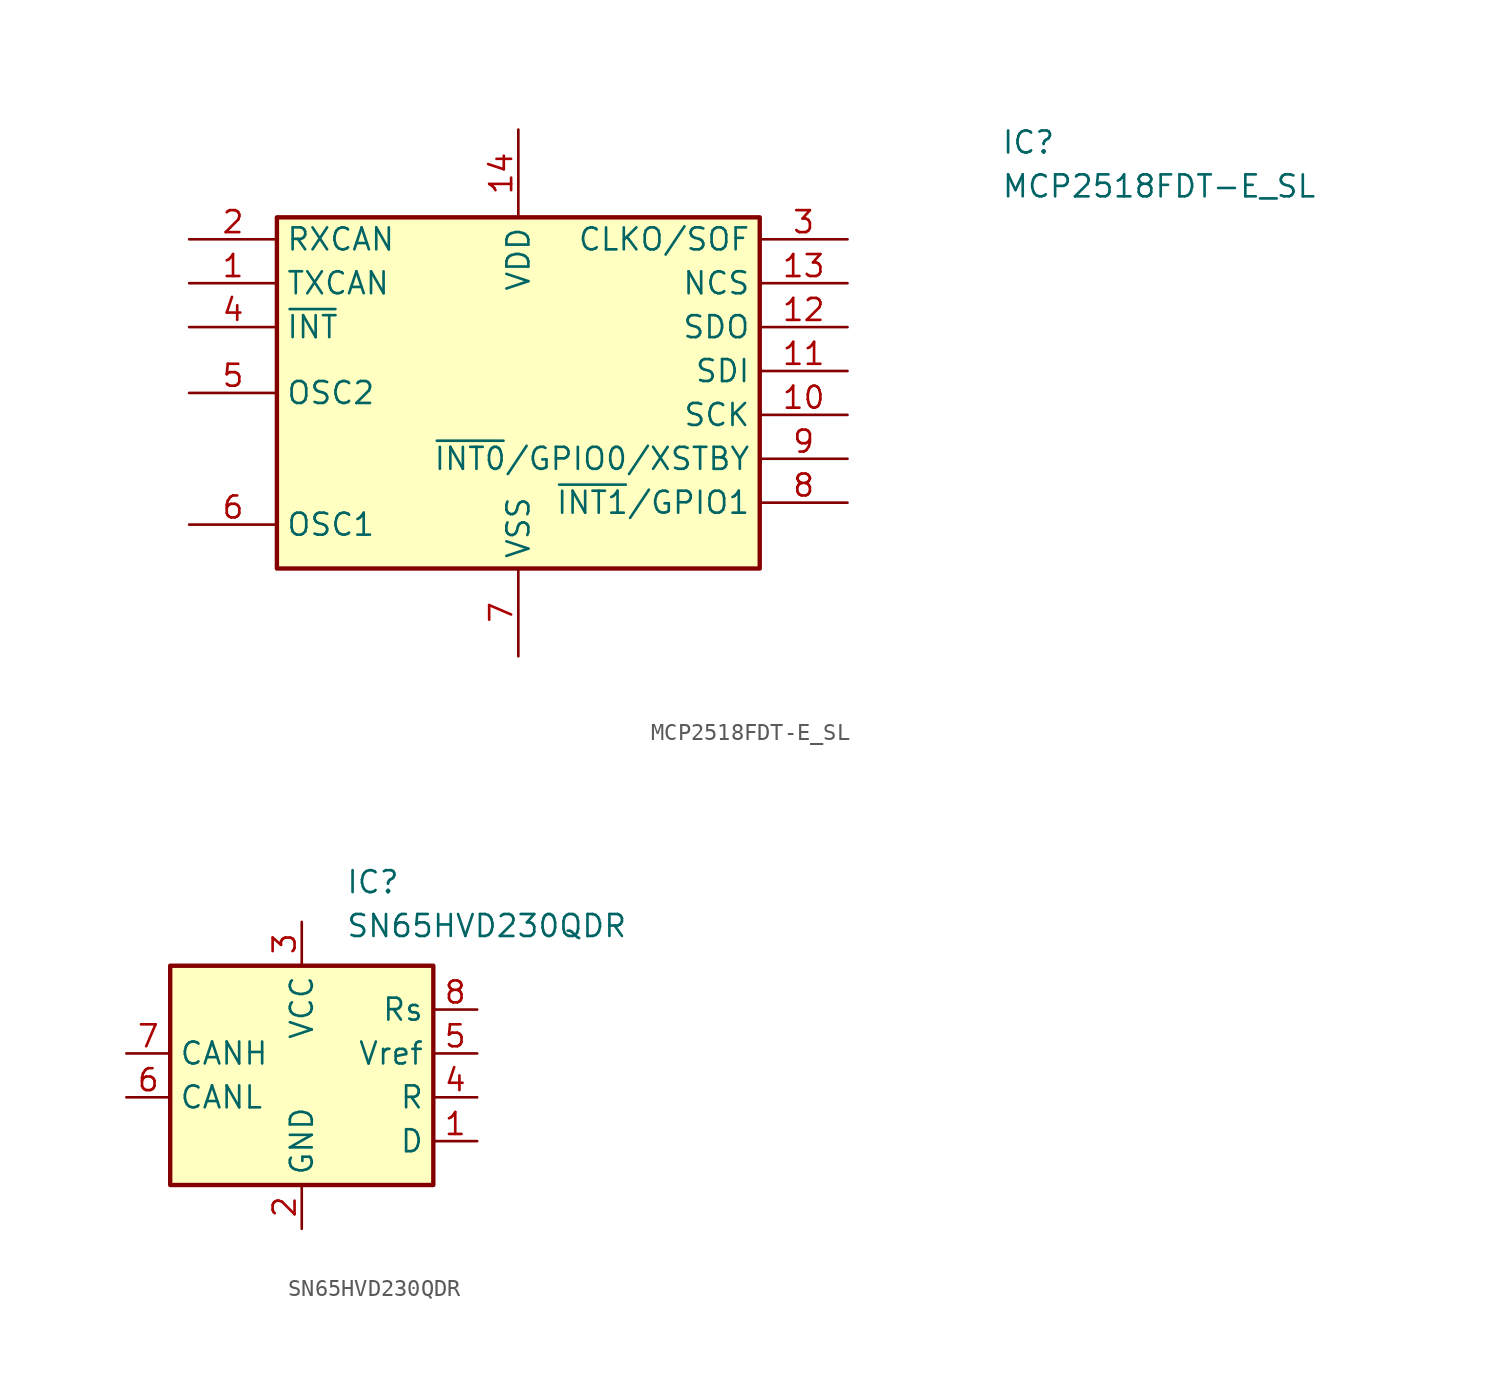
<source format=kicad_sym>
(kicad_symbol_lib
  (version 20241209)
  (generator "kicad_symbol_editor")
  (generator_version "9.0")
  (symbol "MCP2518FDT-E_SL"
    (property "Reference" "IC"
      (at 46.99 7.62 0)
      (effects (font (size 1.27 1.27)) (justify left top)))
    (property "Value" "MCP2518FDT-E_SL"
      (at 46.99 5.08 0)
      (effects (font (size 1.27 1.27)) (justify left top)))
    (symbol "MCP2518FDT-E_SL_1_1"
      (rectangle (start 5.08 2.54) (end 33.02 -17.78) (stroke (width 0.254) (type default)) (fill (type background)))
      (pin passive line (at 0 1.27 0) (length 5.08) (name "RXCAN" (effects (font (size 1.27 1.27)))) (number "2" (effects (font (size 1.27 1.27)))))
      (pin passive line (at 0 -1.27 0) (length 5.08) (name "TXCAN" (effects (font (size 1.27 1.27)))) (number "1" (effects (font (size 1.27 1.27)))))
      (pin passive line (at 0 -3.81 0) (length 5.08) (name "~{INT}" (effects (font (size 1.27 1.27)))) (number "4" (effects (font (size 1.27 1.27)))))
      (pin passive line (at 0 -7.62 0) (length 5.08) (name "OSC2" (effects (font (size 1.27 1.27)))) (number "5" (effects (font (size 1.27 1.27)))))
      (pin passive line (at 0 -15.24 0) (length 5.08) (name "OSC1" (effects (font (size 1.27 1.27)))) (number "6" (effects (font (size 1.27 1.27)))))
      (pin passive line (at 19.05 7.62 270) (length 5.08) (name "VDD" (effects (font (size 1.27 1.27)))) (number "14" (effects (font (size 1.27 1.27)))))
      (pin passive line (at 19.05 -22.86 90) (length 5.08) (name "VSS" (effects (font (size 1.27 1.27)))) (number "7" (effects (font (size 1.27 1.27)))))
      (pin passive line (at 38.1 1.27 180) (length 5.08) (name "CLKO/SOF" (effects (font (size 1.27 1.27)))) (number "3" (effects (font (size 1.27 1.27)))))
      (pin passive line (at 38.1 -1.27 180) (length 5.08) (name "NCS" (effects (font (size 1.27 1.27)))) (number "13" (effects (font (size 1.27 1.27)))))
      (pin passive line (at 38.1 -3.81 180) (length 5.08) (name "SDO" (effects (font (size 1.27 1.27)))) (number "12" (effects (font (size 1.27 1.27)))))
      (pin passive line (at 38.1 -6.35 180) (length 5.08) (name "SDI" (effects (font (size 1.27 1.27)))) (number "11" (effects (font (size 1.27 1.27)))))
      (pin passive line (at 38.1 -8.89 180) (length 5.08) (name "SCK" (effects (font (size 1.27 1.27)))) (number "10" (effects (font (size 1.27 1.27)))))
      (pin passive line (at 38.1 -11.43 180) (length 5.08) (name "~{INT0}/GPIO0/XSTBY" (effects (font (size 1.27 1.27)))) (number "9" (effects (font (size 1.27 1.27)))))
      (pin passive line (at 38.1 -13.97 180) (length 5.08) (name "~{INT1}/GPIO1" (effects (font (size 1.27 1.27)))) (number "8" (effects (font (size 1.27 1.27)))))))
  (symbol "SN65HVD230QDR"
    (property "Reference" "IC"
      (at 2.54 11.938 0)
      (effects (font (size 1.27 1.27)) (justify left top)))
    (property "Value" "SN65HVD230QDR"
      (at 2.54 9.398 0)
      (effects (font (size 1.27 1.27)) (justify left top)))
    (symbol "SN65HVD230QDR_0_1"
      (rectangle (start 7.62 -6.35) (end -7.62 6.35) (stroke (width 0.254) (type default)) (fill (type background))))
    (symbol "SN65HVD230QDR_1_1"
      (pin bidirectional line (at -10.16 1.27 0) (length 2.54) (name "CANH" (effects (font (size 1.27 1.27)))) (number "7" (effects (font (size 1.27 1.27)))))
      (pin bidirectional line (at -10.16 -1.27 0) (length 2.54) (name "CANL" (effects (font (size 1.27 1.27)))) (number "6" (effects (font (size 1.27 1.27)))))
      (pin power_in line (at 0 8.89 270) (length 2.54) (name "VCC" (effects (font (size 1.27 1.27)))) (number "3" (effects (font (size 1.27 1.27)))))
      (pin power_in line (at 0 -8.89 90) (length 2.54) (name "GND" (effects (font (size 1.27 1.27)))) (number "2" (effects (font (size 1.27 1.27)))))
      (pin input line (at 10.16 3.81 180) (length 2.54) (name "Rs" (effects (font (size 1.27 1.27)))) (number "8" (effects (font (size 1.27 1.27)))))
      (pin output line (at 10.16 1.27 180) (length 2.54) (name "Vref" (effects (font (size 1.27 1.27)))) (number "5" (effects (font (size 1.27 1.27)))))
      (pin output line (at 10.16 -1.27 180) (length 2.54) (name "R" (effects (font (size 1.27 1.27)))) (number "4" (effects (font (size 1.27 1.27)))))
      (pin input line (at 10.16 -3.81 180) (length 2.54) (name "D" (effects (font (size 1.27 1.27)))) (number "1" (effects (font (size 1.27 1.27))))))))
</source>
